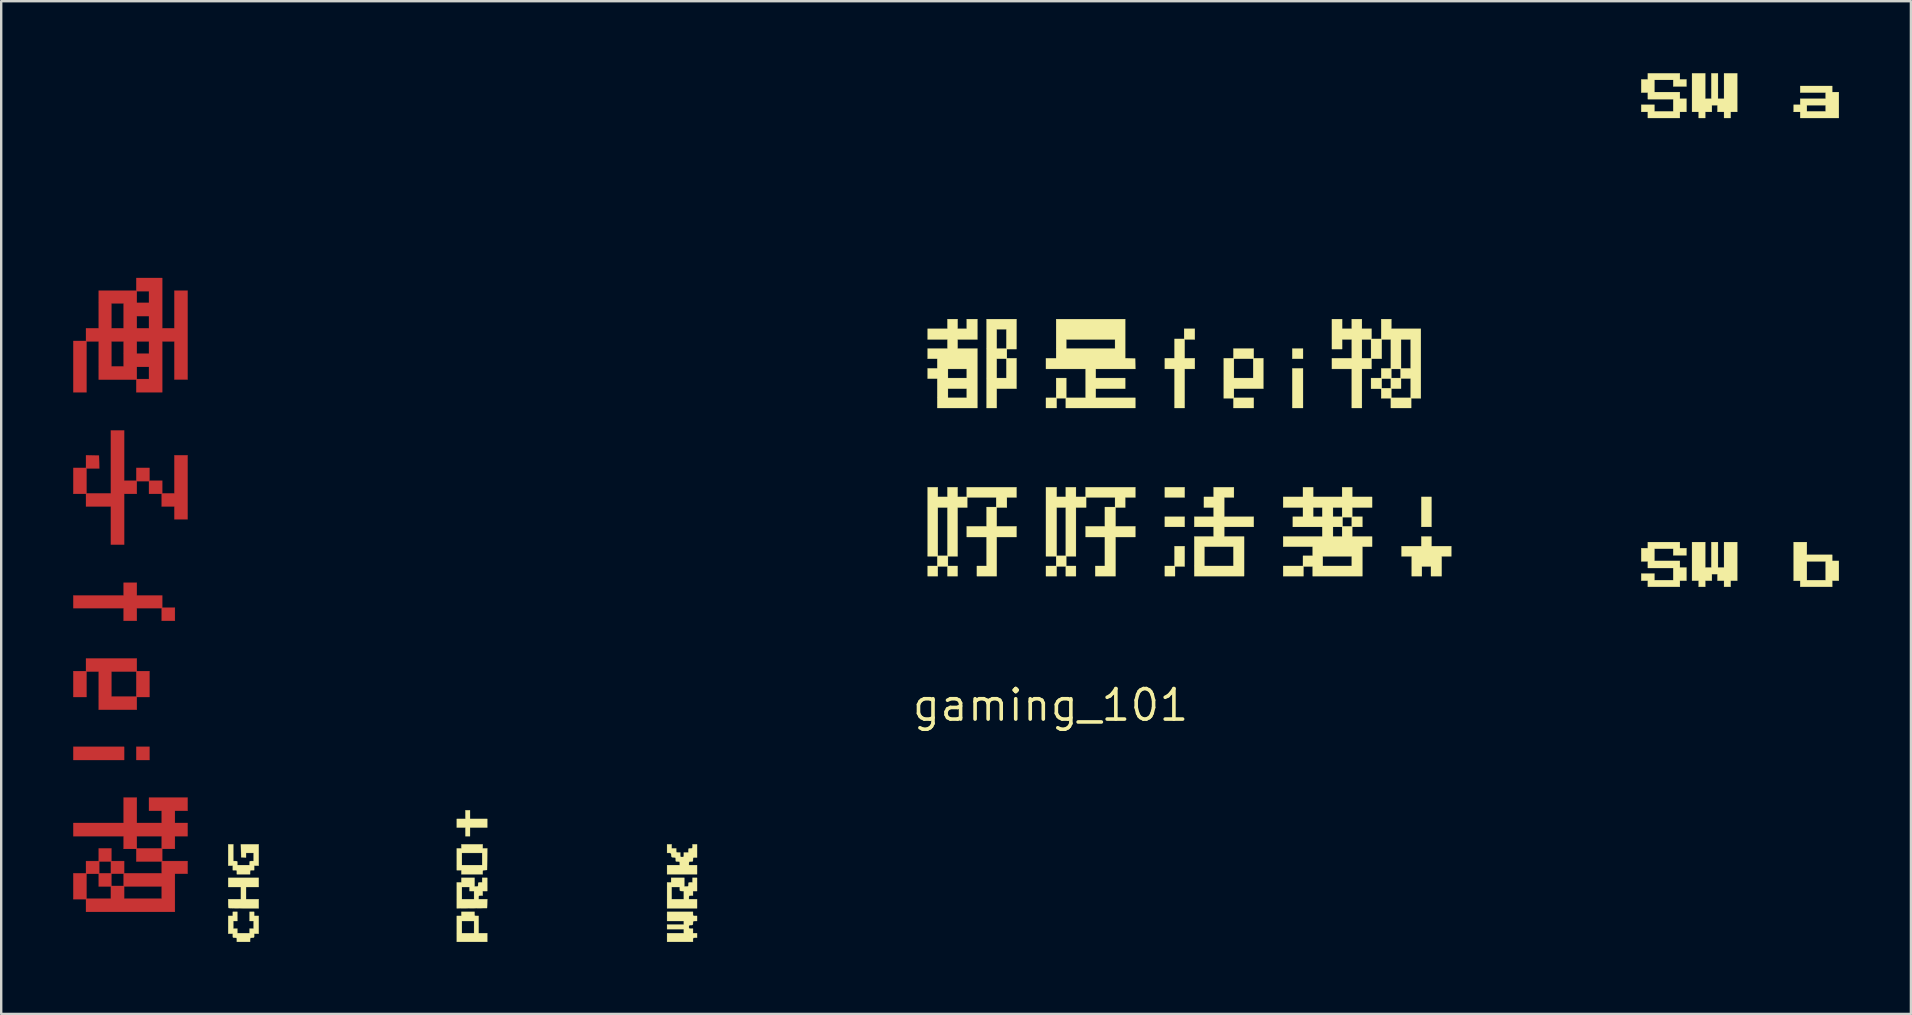
<source format=kicad_pcb>
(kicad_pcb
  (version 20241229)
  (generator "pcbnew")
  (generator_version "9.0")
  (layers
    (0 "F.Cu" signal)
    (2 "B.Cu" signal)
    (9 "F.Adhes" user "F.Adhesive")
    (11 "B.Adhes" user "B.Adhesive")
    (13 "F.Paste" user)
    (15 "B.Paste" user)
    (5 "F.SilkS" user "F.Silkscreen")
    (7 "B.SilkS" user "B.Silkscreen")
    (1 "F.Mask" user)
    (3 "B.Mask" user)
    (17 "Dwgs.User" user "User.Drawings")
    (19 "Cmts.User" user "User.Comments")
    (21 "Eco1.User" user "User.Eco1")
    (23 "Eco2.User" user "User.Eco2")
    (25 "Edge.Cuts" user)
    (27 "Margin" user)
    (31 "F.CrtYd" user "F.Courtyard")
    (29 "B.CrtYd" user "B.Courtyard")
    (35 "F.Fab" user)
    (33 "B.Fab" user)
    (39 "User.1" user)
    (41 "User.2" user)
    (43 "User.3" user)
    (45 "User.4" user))
  (footprint "gaming_101"
    (layer "F.Cu")
    (at 40.73 26.336)
    (property "Reference" "gaming_101" (at 0 0 0) (layer "F.SilkS") (effects (font (size 1.27 1.27) (thickness 0.15))))
    (attr through_hole)
    (fp_poly (pts (xy -38.608 2.286) (xy -40.725 2.286) (xy -40.725 1.736) (xy -38.608 1.736) (xy -38.608 2.286)) (stroke (width 0.01) (type solid)) (fill yes) (layer "F.Cu"))
    (fp_poly (pts (xy -37.55 2.286) (xy -38.1 2.286) (xy -38.1 1.736) (xy -37.55 1.736) (xy -37.55 2.286)) (stroke (width 0.01) (type solid)) (fill yes) (layer "F.Cu"))
    (fp_poly (pts (xy -38.079 -4.572) (xy -37.02 -4.572) (xy -37.02 -4.064) (xy -36.491 -4.064) (xy -36.491 -3.514) (xy -37.042 -3.514) (xy -37.042 -4.043) (xy -38.079 -4.043) (xy -38.079 -3.514) (xy -38.629 -3.514) (xy -38.629 -4.043) (xy -40.725 -4.043) (xy -40.725 -4.572) (xy -38.629 -4.572) (xy -38.629 -5.101) (xy -38.079 -5.101) (xy -38.079 -4.572)) (stroke (width 0.01) (type solid)) (fill yes) (layer "F.Cu"))
    (fp_poly (pts (xy -38.079 -1.418) (xy -37.55 -1.418) (xy -37.55 -0.339) (xy -38.079 -0.339) (xy -38.079 0.191) (xy -39.666 0.191) (xy -39.666 -1.397) (xy -39.137 -1.397) (xy -39.137 -0.36) (xy -38.1 -0.36) (xy -38.1 -1.397) (xy -39.137 -1.397) (xy -39.666 -1.397) (xy -40.174 -1.397) (xy -40.174 -0.339) (xy -40.725 -0.339) (xy -40.725 -1.418) (xy -40.196 -1.418) (xy -40.196 -1.947) (xy -38.079 -1.947) (xy -38.079 -1.418)) (stroke (width 0.01) (type solid)) (fill yes) (layer "F.Cu"))
    (fp_poly (pts (xy -38.608 -9.356) (xy -38.1 -9.356) (xy -38.1 -9.885) (xy -37.55 -9.885) (xy -37.55 -9.356) (xy -37.02 -9.356) (xy -37.02 -8.826) (xy -36.513 -8.826) (xy -36.513 -10.414) (xy -35.962 -10.414) (xy -35.962 -7.747) (xy -36.513 -7.747) (xy -36.513 -8.276) (xy -37.042 -8.276) (xy -37.042 -8.805) (xy -37.571 -8.805) (xy -37.571 -9.335) (xy -38.079 -9.335) (xy -38.079 -8.805) (xy -38.608 -8.805) (xy -38.608 -6.689) (xy -39.158 -6.689) (xy -39.158 -8.276) (xy -40.196 -8.276) (xy -40.196 -8.805) (xy -40.725 -8.805) (xy -40.725 -9.885) (xy -40.196 -9.885) (xy -40.196 -10.415) (xy -39.656 -10.403) (xy -39.644 -9.864) (xy -40.174 -9.864) (xy -40.174 -8.826) (xy -39.158 -8.826) (xy -39.158 -11.451) (xy -38.608 -11.451) (xy -38.608 -9.356)) (stroke (width 0.01) (type solid)) (fill yes) (layer "F.Cu"))
    (fp_poly (pts (xy -37.02 -15.706) (xy -36.513 -15.706) (xy -36.513 -17.272) (xy -35.962 -17.272) (xy -35.962 -13.568) (xy -36.513 -13.568) (xy -36.513 -15.155) (xy -37.02 -15.155) (xy -37.02 -13.039) (xy -38.1 -13.039) (xy -38.1 -13.568) (xy -39.666 -13.568) (xy -39.666 -14.097) (xy -38.079 -14.097) (xy -38.079 -13.589) (xy -37.571 -13.589) (xy -37.571 -14.097) (xy -38.079 -14.097) (xy -39.666 -14.097) (xy -39.666 -15.155) (xy -39.137 -15.155) (xy -39.137 -14.118) (xy -38.629 -14.118) (xy -38.629 -15.155) (xy -38.079 -15.155) (xy -38.079 -14.647) (xy -37.571 -14.647) (xy -37.571 -15.155) (xy -38.079 -15.155) (xy -38.629 -15.155) (xy -39.137 -15.155) (xy -39.666 -15.155) (xy -40.174 -15.155) (xy -40.174 -13.039) (xy -40.725 -13.039) (xy -40.725 -15.177) (xy -40.196 -15.177) (xy -40.196 -15.706) (xy -39.666 -15.706) (xy -39.666 -16.743) (xy -39.137 -16.743) (xy -39.137 -15.706) (xy -38.629 -15.706) (xy -38.629 -16.214) (xy -38.079 -16.214) (xy -38.079 -15.706) (xy -37.571 -15.706) (xy -37.571 -16.214) (xy -38.079 -16.214) (xy -38.629 -16.214) (xy -38.629 -16.743) (xy -39.137 -16.743) (xy -39.666 -16.743) (xy -39.666 -17.251) (xy -38.079 -17.251) (xy -38.079 -16.764) (xy -37.571 -16.764) (xy -37.571 -17.251) (xy -38.079 -17.251) (xy -39.666 -17.251) (xy -39.666 -17.272) (xy -38.1 -17.272) (xy -38.1 -17.801) (xy -37.02 -17.801) (xy -37.02 -15.706)) (stroke (width 0.01) (type solid)) (fill yes) (layer "F.Cu"))
    (fp_poly (pts (xy -38.079 4.911) (xy -37.042 4.911) (xy -37.042 4.403) (xy -37.571 4.403) (xy -37.571 3.852) (xy -35.962 3.852) (xy -35.962 4.403) (xy -36.491 4.403) (xy -36.491 4.911) (xy -35.962 4.911) (xy -35.962 5.461) (xy -36.491 5.461) (xy -36.491 5.99) (xy -37.02 5.99) (xy -37.02 6.498) (xy -35.962 6.498) (xy -35.962 7.027) (xy -36.491 7.027) (xy -36.491 8.615) (xy -40.196 8.615) (xy -40.196 8.086) (xy -40.725 8.086) (xy -40.725 7.027) (xy -40.174 7.027) (xy -40.174 8.065) (xy -39.158 8.065) (xy -39.158 7.556) (xy -38.608 7.556) (xy -38.608 8.065) (xy -37.042 8.065) (xy -37.042 7.556) (xy -38.608 7.556) (xy -39.158 7.556) (xy -39.666 7.556) (xy -39.666 7.027) (xy -39.137 7.027) (xy -39.137 7.535) (xy -38.629 7.535) (xy -38.629 7.027) (xy -39.137 7.027) (xy -39.666 7.027) (xy -40.174 7.027) (xy -40.725 7.027) (xy -40.725 7.006) (xy -40.196 7.006) (xy -40.196 6.519) (xy -39.645 6.519) (xy -39.645 7.006) (xy -39.158 7.006) (xy -39.158 6.519) (xy -39.645 6.519) (xy -40.196 6.519) (xy -40.196 6.498) (xy -39.666 6.498) (xy -39.666 5.969) (xy -39.137 5.969) (xy -39.137 6.498) (xy -38.608 6.498) (xy -38.608 7.006) (xy -37.042 7.006) (xy -37.042 6.519) (xy -38.1 6.519) (xy -38.1 5.99) (xy -38.629 5.99) (xy -38.629 5.461) (xy -38.079 5.461) (xy -38.079 5.969) (xy -37.042 5.969) (xy -37.042 5.461) (xy -38.079 5.461) (xy -38.629 5.461) (xy -40.725 5.461) (xy -40.725 4.911) (xy -38.629 4.911) (xy -38.629 3.852) (xy -38.079 3.852) (xy -38.079 4.911)) (stroke (width 0.01) (type solid)) (fill yes) (layer "F.Cu"))
    (fp_poly (pts (xy -38.608 2.286) (xy -40.725 2.286) (xy -40.725 1.736) (xy -38.608 1.736) (xy -38.608 2.286)) (stroke (width 0.01) (type solid)) (fill yes) (layer "F.Mask"))
    (fp_poly (pts (xy -37.55 2.286) (xy -38.1 2.286) (xy -38.1 1.736) (xy -37.55 1.736) (xy -37.55 2.286)) (stroke (width 0.01) (type solid)) (fill yes) (layer "F.Mask"))
    (fp_poly (pts (xy -38.079 -4.572) (xy -37.02 -4.572) (xy -37.02 -4.064) (xy -36.491 -4.064) (xy -36.491 -3.514) (xy -37.042 -3.514) (xy -37.042 -4.043) (xy -38.079 -4.043) (xy -38.079 -3.514) (xy -38.629 -3.514) (xy -38.629 -4.043) (xy -40.725 -4.043) (xy -40.725 -4.572) (xy -38.629 -4.572) (xy -38.629 -5.101) (xy -38.079 -5.101) (xy -38.079 -4.572)) (stroke (width 0.01) (type solid)) (fill yes) (layer "F.Mask"))
    (fp_poly (pts (xy -38.079 -1.418) (xy -37.55 -1.418) (xy -37.55 -0.339) (xy -38.079 -0.339) (xy -38.079 0.191) (xy -39.666 0.191) (xy -39.666 -1.397) (xy -39.137 -1.397) (xy -39.137 -0.36) (xy -38.1 -0.36) (xy -38.1 -1.397) (xy -39.137 -1.397) (xy -39.666 -1.397) (xy -40.174 -1.397) (xy -40.174 -0.339) (xy -40.725 -0.339) (xy -40.725 -1.418) (xy -40.196 -1.418) (xy -40.196 -1.947) (xy -38.079 -1.947) (xy -38.079 -1.418)) (stroke (width 0.01) (type solid)) (fill yes) (layer "F.Mask"))
    (fp_poly (pts (xy -38.608 -9.356) (xy -38.1 -9.356) (xy -38.1 -9.885) (xy -37.55 -9.885) (xy -37.55 -9.356) (xy -37.02 -9.356) (xy -37.02 -8.826) (xy -36.513 -8.826) (xy -36.513 -10.414) (xy -35.962 -10.414) (xy -35.962 -7.747) (xy -36.513 -7.747) (xy -36.513 -8.276) (xy -37.042 -8.276) (xy -37.042 -8.805) (xy -37.571 -8.805) (xy -37.571 -9.335) (xy -38.079 -9.335) (xy -38.079 -8.805) (xy -38.608 -8.805) (xy -38.608 -6.689) (xy -39.158 -6.689) (xy -39.158 -8.276) (xy -40.196 -8.276) (xy -40.196 -8.805) (xy -40.725 -8.805) (xy -40.725 -9.885) (xy -40.196 -9.885) (xy -40.196 -10.415) (xy -39.656 -10.403) (xy -39.644 -9.864) (xy -40.174 -9.864) (xy -40.174 -8.826) (xy -39.158 -8.826) (xy -39.158 -11.451) (xy -38.608 -11.451) (xy -38.608 -9.356)) (stroke (width 0.01) (type solid)) (fill yes) (layer "F.Mask"))
    (fp_poly (pts (xy -37.02 -15.706) (xy -36.513 -15.706) (xy -36.513 -17.272) (xy -35.962 -17.272) (xy -35.962 -13.568) (xy -36.513 -13.568) (xy -36.513 -15.155) (xy -37.02 -15.155) (xy -37.02 -13.039) (xy -38.1 -13.039) (xy -38.1 -13.568) (xy -39.666 -13.568) (xy -39.666 -14.097) (xy -38.079 -14.097) (xy -38.079 -13.589) (xy -37.571 -13.589) (xy -37.571 -14.097) (xy -38.079 -14.097) (xy -39.666 -14.097) (xy -39.666 -15.155) (xy -39.137 -15.155) (xy -39.137 -14.118) (xy -38.629 -14.118) (xy -38.629 -15.155) (xy -38.079 -15.155) (xy -38.079 -14.647) (xy -37.571 -14.647) (xy -37.571 -15.155) (xy -38.079 -15.155) (xy -38.629 -15.155) (xy -39.137 -15.155) (xy -39.666 -15.155) (xy -40.174 -15.155) (xy -40.174 -13.039) (xy -40.725 -13.039) (xy -40.725 -15.177) (xy -40.196 -15.177) (xy -40.196 -15.706) (xy -39.666 -15.706) (xy -39.666 -16.743) (xy -39.137 -16.743) (xy -39.137 -15.706) (xy -38.629 -15.706) (xy -38.629 -16.214) (xy -38.079 -16.214) (xy -38.079 -15.706) (xy -37.571 -15.706) (xy -37.571 -16.214) (xy -38.079 -16.214) (xy -38.629 -16.214) (xy -38.629 -16.743) (xy -39.137 -16.743) (xy -39.666 -16.743) (xy -39.666 -17.251) (xy -38.079 -17.251) (xy -38.079 -16.764) (xy -37.571 -16.764) (xy -37.571 -17.251) (xy -38.079 -17.251) (xy -39.666 -17.251) (xy -39.666 -17.272) (xy -38.1 -17.272) (xy -38.1 -17.801) (xy -37.02 -17.801) (xy -37.02 -15.706)) (stroke (width 0.01) (type solid)) (fill yes) (layer "F.Mask"))
    (fp_poly (pts (xy -38.079 4.911) (xy -37.042 4.911) (xy -37.042 4.403) (xy -37.571 4.403) (xy -37.571 3.852) (xy -35.962 3.852) (xy -35.962 4.403) (xy -36.491 4.403) (xy -36.491 4.911) (xy -35.962 4.911) (xy -35.962 5.461) (xy -36.491 5.461) (xy -36.491 5.99) (xy -37.02 5.99) (xy -37.02 6.498) (xy -35.962 6.498) (xy -35.962 7.027) (xy -36.491 7.027) (xy -36.491 8.615) (xy -40.196 8.615) (xy -40.196 8.086) (xy -40.725 8.086) (xy -40.725 7.027) (xy -40.174 7.027) (xy -40.174 8.065) (xy -39.158 8.065) (xy -39.158 7.556) (xy -38.608 7.556) (xy -38.608 8.065) (xy -37.042 8.065) (xy -37.042 7.556) (xy -38.608 7.556) (xy -39.158 7.556) (xy -39.666 7.556) (xy -39.666 7.027) (xy -39.137 7.027) (xy -39.137 7.535) (xy -38.629 7.535) (xy -38.629 7.027) (xy -39.137 7.027) (xy -39.666 7.027) (xy -40.174 7.027) (xy -40.725 7.027) (xy -40.725 7.006) (xy -40.196 7.006) (xy -40.196 6.519) (xy -39.645 6.519) (xy -39.645 7.006) (xy -39.158 7.006) (xy -39.158 6.519) (xy -39.645 6.519) (xy -40.196 6.519) (xy -40.196 6.498) (xy -39.666 6.498) (xy -39.666 5.969) (xy -39.137 5.969) (xy -39.137 6.498) (xy -38.608 6.498) (xy -38.608 7.006) (xy -37.042 7.006) (xy -37.042 6.519) (xy -38.1 6.519) (xy -38.1 5.99) (xy -38.629 5.99) (xy -38.629 5.461) (xy -38.079 5.461) (xy -38.079 5.969) (xy -37.042 5.969) (xy -37.042 5.461) (xy -38.079 5.461) (xy -38.629 5.461) (xy -40.725 5.461) (xy -40.725 4.911) (xy -38.629 4.911) (xy -38.629 3.852) (xy -38.079 3.852) (xy -38.079 4.911)) (stroke (width 0.01) (type solid)) (fill yes) (layer "F.Mask"))
    (fp_poly (pts (xy 5.588 -8.657) (xy 4.763 -8.657) (xy 4.763 -9.081) (xy 5.588 -9.081) (xy 5.588 -8.657)) (stroke (width 0.01) (type solid)) (fill yes) (layer "F.SilkS"))
    (fp_poly (pts (xy 5.588 -7.429) (xy 4.763 -7.429) (xy 4.763 -7.853) (xy 5.588 -7.853) (xy 5.588 -7.429)) (stroke (width 0.01) (type solid)) (fill yes) (layer "F.SilkS"))
    (fp_poly (pts (xy 10.52 -14.436) (xy 10.075 -14.436) (xy 10.075 -14.859) (xy 10.52 -14.859) (xy 10.52 -14.436)) (stroke (width 0.01) (type solid)) (fill yes) (layer "F.SilkS"))
    (fp_poly (pts (xy 10.52 -12.383) (xy 10.075 -12.383) (xy 10.075 -14.034) (xy 10.52 -14.034) (xy 10.52 -12.383)) (stroke (width 0.01) (type solid)) (fill yes) (layer "F.SilkS"))
    (fp_poly (pts (xy 15.875 -7.429) (xy 15.452 -7.429) (xy 15.452 -8.678) (xy 15.875 -8.678) (xy 15.875 -7.429)) (stroke (width 0.01) (type solid)) (fill yes) (layer "F.SilkS"))
    (fp_poly (pts (xy 5.588 -5.779) (xy 5.186 -5.779) (xy 5.186 -5.376) (xy 4.763 -5.376) (xy 4.763 -5.8) (xy 5.165 -5.8) (xy 5.165 -6.625) (xy 5.588 -6.625) (xy 5.588 -5.779)) (stroke (width 0.01) (type solid)) (fill yes) (layer "F.SilkS"))
    (fp_poly (pts (xy -24.194 4.741) (xy -23.474 4.741) (xy -23.474 5.101) (xy -24.194 5.101) (xy -24.194 5.461) (xy -24.384 5.461) (xy -24.384 5.101) (xy -24.744 5.101) (xy -24.744 4.741) (xy -24.384 4.741) (xy -24.384 4.381) (xy -24.194 4.381) (xy -24.194 4.741)) (stroke (width 0.01) (type solid)) (fill yes) (layer "F.SilkS"))
    (fp_poly (pts (xy 6.011 -15.24) (xy 5.588 -15.24) (xy 5.588 -14.457) (xy 6.011 -14.457) (xy 6.011 -14.012) (xy 5.588 -14.012) (xy 5.588 -12.383) (xy 5.165 -12.383) (xy 5.165 -14.012) (xy 4.763 -14.012) (xy 4.763 -14.457) (xy 5.165 -14.457) (xy 5.165 -15.261) (xy 5.567 -15.261) (xy 5.567 -15.684) (xy 6.011 -15.684) (xy 6.011 -15.24)) (stroke (width 0.01) (type solid)) (fill yes) (layer "F.SilkS"))
    (fp_poly (pts (xy 15.875 -6.625) (xy 16.701 -6.625) (xy 16.701 -6.202) (xy 16.298 -6.202) (xy 16.298 -5.376) (xy 15.854 -5.376) (xy 15.854 -5.779) (xy 15.473 -5.779) (xy 15.473 -5.376) (xy 15.05 -5.376) (xy 15.05 -6.202) (xy 14.626 -6.202) (xy 14.626 -6.625) (xy 15.452 -6.625) (xy 15.452 -7.027) (xy 15.875 -7.027) (xy 15.875 -6.625)) (stroke (width 0.01) (type solid)) (fill yes) (layer "F.SilkS"))
    (fp_poly (pts (xy 31.517 -6.265) (xy 32.575 -6.265) (xy 32.575 -6.011) (xy 32.851 -6.011) (xy 32.851 -5.186) (xy 32.575 -5.186) (xy 32.575 -4.932) (xy 31.242 -4.932) (xy 31.242 -5.186) (xy 30.967 -5.186) (xy 30.967 -5.99) (xy 31.517 -5.99) (xy 31.517 -5.207) (xy 32.3 -5.207) (xy 32.3 -5.99) (xy 31.517 -5.99) (xy 30.967 -5.99) (xy 30.967 -6.795) (xy 31.517 -6.795) (xy 31.517 -6.265)) (stroke (width 0.01) (type solid)) (fill yes) (layer "F.SilkS"))
    (fp_poly (pts (xy -24.003 8.7) (xy -24.001 8.754) (xy -23.987 8.778) (xy -23.948 8.784) (xy -23.918 8.784) (xy -23.834 8.784) (xy -23.834 9.504) (xy -23.474 9.504) (xy -23.474 9.864) (xy -24.744 9.864) (xy -24.744 8.996) (xy -24.532 8.996) (xy -24.532 9.504) (xy -24.024 9.504) (xy -24.024 8.996) (xy -24.532 8.996) (xy -24.744 8.996) (xy -24.744 8.784) (xy -24.553 8.784) (xy -24.553 8.615) (xy -24.003 8.615) (xy -24.003 8.7)) (stroke (width 0.01) (type solid)) (fill yes) (layer "F.SilkS"))
    (fp_poly (pts (xy 8.467 -14.457) (xy 8.869 -14.457) (xy 8.869 -13.187) (xy 7.641 -13.187) (xy 7.641 -12.806) (xy 8.467 -12.806) (xy 8.467 -12.383) (xy 7.62 -12.383) (xy 7.62 -12.785) (xy 7.218 -12.785) (xy 7.218 -14.436) (xy 7.641 -14.436) (xy 7.641 -13.631) (xy 8.445 -13.631) (xy 8.445 -14.436) (xy 7.641 -14.436) (xy 7.218 -14.436) (xy 7.218 -14.457) (xy 7.62 -14.457) (xy 7.62 -14.859) (xy 8.467 -14.859) (xy 8.467 -14.457)) (stroke (width 0.01) (type solid)) (fill yes) (layer "F.SilkS"))
    (fp_poly (pts (xy 32.575 -25.548) (xy 32.851 -25.548) (xy 32.851 -24.469) (xy 31.242 -24.469) (xy 31.242 -24.723) (xy 30.967 -24.723) (xy 30.967 -24.998) (xy 31.517 -24.998) (xy 31.517 -24.744) (xy 32.3 -24.744) (xy 32.3 -24.998) (xy 31.517 -24.998) (xy 30.967 -24.998) (xy 30.967 -25.019) (xy 31.242 -25.019) (xy 31.242 -25.273) (xy 32.3 -25.273) (xy 32.3 -25.527) (xy 31.242 -25.527) (xy 31.242 -25.802) (xy 32.575 -25.802) (xy 32.575 -25.548)) (stroke (width 0.01) (type solid)) (fill yes) (layer "F.SilkS"))
    (fp_poly (pts (xy -32.999 7.578) (xy -33.528 7.578) (xy -33.528 8.086) (xy -32.999 8.086) (xy -32.999 8.467) (xy -33.62 8.467) (xy -33.778 8.466) (xy -33.922 8.465) (xy -34.047 8.463) (xy -34.147 8.46) (xy -34.217 8.457) (xy -34.252 8.454) (xy -34.255 8.453) (xy -34.261 8.426) (xy -34.266 8.368) (xy -34.269 8.29) (xy -34.269 8.262) (xy -34.269 8.086) (xy -33.74 8.086) (xy -33.74 7.578) (xy -34.269 7.578) (xy -34.269 7.197) (xy -32.999 7.197) (xy -32.999 7.578)) (stroke (width 0.01) (type solid)) (fill yes) (layer "F.SilkS"))
    (fp_poly (pts (xy -23.664 5.969) (xy -23.473 5.969) (xy -23.479 6.419) (xy -23.484 6.869) (xy -23.574 6.875) (xy -23.631 6.881) (xy -23.657 6.896) (xy -23.664 6.932) (xy -23.664 6.965) (xy -23.664 7.048) (xy -24.553 7.048) (xy -24.553 6.879) (xy -24.744 6.879) (xy -24.744 6.16) (xy -24.532 6.16) (xy -24.532 6.668) (xy -23.686 6.668) (xy -23.686 6.16) (xy -24.532 6.16) (xy -24.744 6.16) (xy -24.744 5.969) (xy -24.553 5.969) (xy -24.553 5.8) (xy -23.664 5.8) (xy -23.664 5.969)) (stroke (width 0.01) (type solid)) (fill yes) (layer "F.SilkS"))
    (fp_poly (pts (xy -1.418 -14.838) (xy -1.82 -14.838) (xy -1.82 -14.457) (xy -1.418 -14.457) (xy -1.418 -13.187) (xy -2.244 -13.187) (xy -2.244 -12.383) (xy -2.667 -12.383) (xy -2.667 -14.436) (xy -2.244 -14.436) (xy -2.244 -13.631) (xy -1.841 -13.631) (xy -1.841 -14.436) (xy -2.244 -14.436) (xy -2.667 -14.436) (xy -2.667 -15.663) (xy -2.244 -15.663) (xy -2.244 -14.859) (xy -1.841 -14.859) (xy -1.841 -15.663) (xy -2.244 -15.663) (xy -2.667 -15.663) (xy -2.667 -16.087) (xy -1.418 -16.087) (xy -1.418 -14.838)) (stroke (width 0.01) (type solid)) (fill yes) (layer "F.SilkS"))
    (fp_poly (pts (xy 27.284 -25.273) (xy 27.538 -25.273) (xy 27.538 -26.331) (xy 27.813 -26.331) (xy 27.813 -25.273) (xy 28.067 -25.273) (xy 28.067 -26.331) (xy 28.617 -26.331) (xy 28.617 -24.723) (xy 28.342 -24.723) (xy 28.342 -24.469) (xy 28.067 -24.469) (xy 28.067 -24.723) (xy 27.792 -24.723) (xy 27.792 -24.998) (xy 27.559 -24.998) (xy 27.559 -24.723) (xy 27.284 -24.723) (xy 27.284 -24.469) (xy 27.009 -24.469) (xy 27.009 -24.723) (xy 26.733 -24.723) (xy 26.733 -26.331) (xy 27.284 -26.331) (xy 27.284 -25.273)) (stroke (width 0.01) (type solid)) (fill yes) (layer "F.SilkS"))
    (fp_poly (pts (xy 27.284 -5.736) (xy 27.538 -5.736) (xy 27.538 -6.795) (xy 27.813 -6.795) (xy 27.813 -5.736) (xy 28.067 -5.736) (xy 28.067 -6.795) (xy 28.617 -6.795) (xy 28.617 -5.186) (xy 28.342 -5.186) (xy 28.342 -4.932) (xy 28.067 -4.932) (xy 28.067 -5.186) (xy 27.792 -5.186) (xy 27.792 -5.461) (xy 27.559 -5.461) (xy 27.559 -5.186) (xy 27.284 -5.186) (xy 27.284 -4.932) (xy 27.009 -4.932) (xy 27.009 -5.186) (xy 26.733 -5.186) (xy 26.733 -6.795) (xy 27.284 -6.795) (xy 27.284 -5.736)) (stroke (width 0.01) (type solid)) (fill yes) (layer "F.SilkS"))
    (fp_poly (pts (xy 26.226 -26.077) (xy 26.501 -26.077) (xy 26.501 -25.781) (xy 25.95 -25.781) (xy 25.95 -26.056) (xy 25.167 -26.056) (xy 25.167 -25.548) (xy 26.226 -25.548) (xy 26.226 -25.273) (xy 26.501 -25.273) (xy 26.501 -24.723) (xy 26.226 -24.723) (xy 26.226 -24.469) (xy 24.892 -24.469) (xy 24.892 -24.723) (xy 24.617 -24.723) (xy 24.617 -25.019) (xy 25.167 -25.019) (xy 25.167 -24.744) (xy 25.95 -24.744) (xy 25.95 -25.252) (xy 24.892 -25.252) (xy 24.892 -25.527) (xy 24.617 -25.527) (xy 24.617 -26.077) (xy 24.892 -26.077) (xy 24.892 -26.331) (xy 26.226 -26.331) (xy 26.226 -26.077)) (stroke (width 0.01) (type solid)) (fill yes) (layer "F.SilkS"))
    (fp_poly (pts (xy 26.226 -6.54) (xy 26.501 -6.54) (xy 26.501 -6.244) (xy 25.95 -6.244) (xy 25.95 -6.519) (xy 25.167 -6.519) (xy 25.167 -6.011) (xy 26.226 -6.011) (xy 26.226 -5.736) (xy 26.501 -5.736) (xy 26.501 -5.186) (xy 26.226 -5.186) (xy 26.226 -4.932) (xy 24.892 -4.932) (xy 24.892 -5.186) (xy 24.617 -5.186) (xy 24.617 -5.482) (xy 25.167 -5.482) (xy 25.167 -5.207) (xy 25.95 -5.207) (xy 25.95 -5.715) (xy 24.892 -5.715) (xy 24.892 -5.99) (xy 24.617 -5.99) (xy 24.617 -6.54) (xy 24.892 -6.54) (xy 24.892 -6.795) (xy 26.226 -6.795) (xy 26.226 -6.54)) (stroke (width 0.01) (type solid)) (fill yes) (layer "F.SilkS"))
    (fp_poly (pts (xy 7.641 -8.657) (xy 7.239 -8.657) (xy 7.239 -7.853) (xy 8.467 -7.853) (xy 8.467 -7.429) (xy 7.239 -7.429) (xy 7.239 -7.027) (xy 8.065 -7.027) (xy 8.065 -5.376) (xy 5.99 -5.376) (xy 5.99 -6.604) (xy 6.413 -6.604) (xy 6.413 -5.8) (xy 7.62 -5.8) (xy 7.62 -6.604) (xy 6.413 -6.604) (xy 5.99 -6.604) (xy 5.99 -7.027) (xy 6.795 -7.027) (xy 6.795 -7.429) (xy 5.99 -7.429) (xy 5.99 -7.853) (xy 6.795 -7.853) (xy 6.795 -8.234) (xy 6.392 -8.234) (xy 6.392 -8.678) (xy 6.795 -8.678) (xy 6.795 -9.081) (xy 7.641 -9.081) (xy 7.641 -8.657)) (stroke (width 0.01) (type solid)) (fill yes) (layer "F.SilkS"))
    (fp_poly (pts (xy 3.111 -14.458) (xy 3.318 -14.452) (xy 3.524 -14.446) (xy 3.536 -14.012) (xy 1.884 -14.012) (xy 1.884 -13.631) (xy 3.111 -13.631) (xy 3.111 -13.187) (xy 1.884 -13.187) (xy 1.884 -12.806) (xy 3.535 -12.806) (xy 3.535 -12.383) (xy 0.635 -12.383) (xy 0.635 -12.785) (xy 0.254 -12.785) (xy 0.254 -12.383) (xy -0.191 -12.383) (xy -0.191 -12.806) (xy 0.233 -12.806) (xy 0.233 -13.631) (xy 0.656 -13.631) (xy 0.656 -12.806) (xy 1.46 -12.806) (xy 1.46 -14.012) (xy -0.191 -14.012) (xy -0.191 -14.457) (xy 0.233 -14.457) (xy 0.233 -15.24) (xy 0.656 -15.24) (xy 0.656 -14.859) (xy 2.688 -14.859) (xy 2.688 -15.24) (xy 0.656 -15.24) (xy 0.233 -15.24) (xy 0.233 -16.087) (xy 3.111 -16.087) (xy 3.111 -14.458)) (stroke (width 0.01) (type solid)) (fill yes) (layer "F.SilkS"))
    (fp_poly (pts (xy -3.873 -15.684) (xy -3.493 -15.684) (xy -3.493 -16.087) (xy -3.048 -16.087) (xy -3.048 -15.24) (xy -3.873 -15.24) (xy -3.873 -14.859) (xy -3.048 -14.859) (xy -3.048 -12.383) (xy -4.72 -12.383) (xy -4.72 -13.187) (xy -4.276 -13.187) (xy -4.276 -12.806) (xy -3.493 -12.806) (xy -3.493 -13.187) (xy -4.276 -13.187) (xy -4.72 -13.187) (xy -4.72 -13.61) (xy -5.122 -13.61) (xy -5.122 -14.012) (xy -4.276 -14.012) (xy -4.276 -13.631) (xy -3.493 -13.631) (xy -3.493 -14.012) (xy -4.276 -14.012) (xy -5.122 -14.012) (xy -5.122 -14.034) (xy -4.72 -14.034) (xy -4.72 -14.436) (xy -5.122 -14.436) (xy -5.122 -14.859) (xy -4.297 -14.859) (xy -4.297 -15.24) (xy -5.122 -15.24) (xy -5.122 -15.684) (xy -4.297 -15.684) (xy -4.297 -16.087) (xy -3.873 -16.087) (xy -3.873 -15.684)) (stroke (width 0.01) (type solid)) (fill yes) (layer "F.SilkS"))
    (fp_poly (pts (xy -24.003 7.556) (xy -23.929 7.556) (xy -23.881 7.554) (xy -23.86 7.538) (xy -23.855 7.497) (xy -23.855 7.472) (xy -23.853 7.418) (xy -23.839 7.394) (xy -23.8 7.387) (xy -23.77 7.387) (xy -23.686 7.387) (xy -23.686 7.197) (xy -23.474 7.197) (xy -23.474 7.747) (xy -23.664 7.747) (xy -23.664 7.938) (xy -23.749 7.938) (xy -23.803 7.94) (xy -23.827 7.954) (xy -23.833 7.99) (xy -23.834 8.012) (xy -23.834 8.086) (xy -23.472 8.086) (xy -23.478 8.271) (xy -23.484 8.456) (xy -24.114 8.462) (xy -24.744 8.467) (xy -24.744 7.578) (xy -24.532 7.578) (xy -24.532 8.086) (xy -24.024 8.086) (xy -24.024 7.747) (xy -24.215 7.747) (xy -24.215 7.578) (xy -24.532 7.578) (xy -24.744 7.578) (xy -24.744 7.387) (xy -24.553 7.387) (xy -24.553 7.197) (xy -24.003 7.197) (xy -24.003 7.556)) (stroke (width 0.01) (type solid)) (fill yes) (layer "F.SilkS"))
    (fp_poly (pts (xy -34.057 6.498) (xy -33.972 6.498) (xy -33.918 6.5) (xy -33.894 6.514) (xy -33.888 6.553) (xy -33.888 6.583) (xy -33.888 6.668) (xy -33.38 6.668) (xy -33.38 6.583) (xy -33.378 6.529) (xy -33.364 6.505) (xy -33.325 6.498) (xy -33.295 6.498) (xy -33.211 6.498) (xy -33.211 6.16) (xy -33.528 6.16) (xy -33.528 6.352) (xy -33.629 6.346) (xy -33.729 6.339) (xy -33.741 5.8) (xy -32.999 5.8) (xy -32.999 6.689) (xy -33.189 6.689) (xy -33.189 6.879) (xy -33.274 6.879) (xy -33.328 6.881) (xy -33.352 6.895) (xy -33.358 6.934) (xy -33.359 6.964) (xy -33.359 7.048) (xy -33.909 7.048) (xy -33.909 6.964) (xy -33.911 6.91) (xy -33.925 6.886) (xy -33.964 6.879) (xy -33.994 6.879) (xy -34.078 6.879) (xy -34.078 6.689) (xy -34.269 6.689) (xy -34.269 5.8) (xy -34.057 5.8) (xy -34.057 6.498)) (stroke (width 0.01) (type solid)) (fill yes) (layer "F.SilkS"))
    (fp_poly (pts (xy -33.888 8.996) (xy -34.057 8.996) (xy -34.057 9.313) (xy -33.888 9.313) (xy -33.888 9.504) (xy -33.38 9.504) (xy -33.38 9.313) (xy -33.211 9.313) (xy -33.211 8.996) (xy -33.38 8.996) (xy -33.38 8.615) (xy -33.189 8.615) (xy -33.189 8.784) (xy -32.999 8.784) (xy -32.999 9.525) (xy -33.189 9.525) (xy -33.189 9.61) (xy -33.191 9.664) (xy -33.206 9.688) (xy -33.244 9.694) (xy -33.274 9.694) (xy -33.328 9.696) (xy -33.352 9.711) (xy -33.358 9.749) (xy -33.359 9.779) (xy -33.359 9.864) (xy -33.909 9.864) (xy -33.909 9.779) (xy -33.911 9.725) (xy -33.925 9.701) (xy -33.964 9.695) (xy -33.994 9.694) (xy -34.048 9.692) (xy -34.072 9.678) (xy -34.078 9.639) (xy -34.078 9.61) (xy -34.078 9.525) (xy -34.269 9.525) (xy -34.269 8.784) (xy -34.078 8.784) (xy -34.078 8.615) (xy -33.888 8.615) (xy -33.888 8.996)) (stroke (width 0.01) (type solid)) (fill yes) (layer "F.SilkS"))
    (fp_poly (pts (xy -15.261 7.556) (xy -15.177 7.556) (xy -15.122 7.554) (xy -15.098 7.54) (xy -15.092 7.502) (xy -15.092 7.472) (xy -15.09 7.418) (xy -15.076 7.394) (xy -15.037 7.387) (xy -15.007 7.387) (xy -14.922 7.387) (xy -14.922 7.197) (xy -14.732 7.197) (xy -14.732 7.747) (xy -14.901 7.747) (xy -14.901 7.938) (xy -14.986 7.938) (xy -15.04 7.94) (xy -15.064 7.954) (xy -15.07 7.99) (xy -15.071 8.012) (xy -15.071 8.086) (xy -14.732 8.086) (xy -14.732 8.467) (xy -15.981 8.467) (xy -15.981 7.578) (xy -15.79 7.578) (xy -15.79 8.086) (xy -15.282 8.086) (xy -15.282 7.747) (xy -15.367 7.747) (xy -15.421 7.745) (xy -15.445 7.731) (xy -15.451 7.692) (xy -15.452 7.662) (xy -15.452 7.578) (xy -15.79 7.578) (xy -15.981 7.578) (xy -15.981 7.387) (xy -15.812 7.387) (xy -15.812 7.197) (xy -15.261 7.197) (xy -15.261 7.556)) (stroke (width 0.01) (type solid)) (fill yes) (layer "F.SilkS"))
    (fp_poly (pts (xy -14.901 8.7) (xy -14.899 8.754) (xy -14.885 8.778) (xy -14.846 8.784) (xy -14.817 8.784) (xy -14.732 8.784) (xy -14.732 8.996) (xy -14.817 8.996) (xy -14.871 8.998) (xy -14.895 9.012) (xy -14.901 9.051) (xy -14.901 9.081) (xy -14.903 9.135) (xy -14.918 9.159) (xy -14.956 9.165) (xy -14.986 9.165) (xy -15.04 9.167) (xy -15.064 9.181) (xy -15.07 9.217) (xy -15.071 9.239) (xy -15.068 9.287) (xy -15.052 9.308) (xy -15.011 9.313) (xy -14.986 9.313) (xy -14.901 9.313) (xy -14.901 9.504) (xy -14.732 9.504) (xy -14.732 9.694) (xy -14.817 9.694) (xy -14.871 9.696) (xy -14.895 9.711) (xy -14.901 9.749) (xy -14.901 9.779) (xy -14.901 9.864) (xy -15.981 9.864) (xy -15.981 9.504) (xy -15.282 9.504) (xy -15.282 9.335) (xy -15.981 9.335) (xy -15.981 9.144) (xy -15.282 9.144) (xy -15.282 8.996) (xy -15.981 8.996) (xy -15.981 8.615) (xy -14.901 8.615) (xy -14.901 8.7)) (stroke (width 0.01) (type solid)) (fill yes) (layer "F.SilkS"))
    (fp_poly (pts (xy -4.699 -8.678) (xy -4.297 -8.678) (xy -4.297 -9.081) (xy -3.873 -9.081) (xy -3.873 -8.678) (xy -3.493 -8.678) (xy -3.493 -9.081) (xy -1.418 -9.081) (xy -1.418 -8.657) (xy -1.82 -8.657) (xy -1.82 -8.234) (xy -2.244 -8.234) (xy -2.244 -7.451) (xy -1.418 -7.451) (xy -1.418 -7.006) (xy -2.244 -7.006) (xy -2.244 -5.376) (xy -3.069 -5.376) (xy -3.069 -5.8) (xy -2.667 -5.8) (xy -2.667 -7.006) (xy -3.493 -7.006) (xy -3.493 -7.451) (xy -2.667 -7.451) (xy -2.667 -8.255) (xy -2.265 -8.255) (xy -2.265 -8.657) (xy -3.471 -8.657) (xy -3.471 -8.234) (xy -3.873 -8.234) (xy -3.873 -6.202) (xy -4.276 -6.202) (xy -4.276 -5.8) (xy -3.873 -5.8) (xy -3.873 -5.376) (xy -4.297 -5.376) (xy -4.297 -5.779) (xy -4.699 -5.779) (xy -4.699 -5.376) (xy -5.122 -5.376) (xy -5.122 -5.8) (xy -4.72 -5.8) (xy -4.72 -6.202) (xy -5.122 -6.202) (xy -5.122 -8.234) (xy -4.699 -8.234) (xy -4.699 -6.223) (xy -4.297 -6.223) (xy -4.297 -8.234) (xy -4.699 -8.234) (xy -5.122 -8.234) (xy -5.122 -9.081) (xy -4.699 -9.081) (xy -4.699 -8.678)) (stroke (width 0.01) (type solid)) (fill yes) (layer "F.SilkS"))
    (fp_poly (pts (xy 0.254 -8.678) (xy 0.635 -8.678) (xy 0.635 -9.081) (xy 1.058 -9.081) (xy 1.058 -8.678) (xy 1.46 -8.678) (xy 1.46 -9.081) (xy 3.535 -9.081) (xy 3.535 -8.657) (xy 3.111 -8.657) (xy 3.111 -8.234) (xy 2.709 -8.234) (xy 2.709 -7.451) (xy 3.535 -7.451) (xy 3.535 -7.006) (xy 2.709 -7.006) (xy 2.709 -5.376) (xy 1.863 -5.376) (xy 1.863 -5.8) (xy 2.265 -5.8) (xy 2.265 -7.006) (xy 1.46 -7.006) (xy 1.46 -7.451) (xy 2.265 -7.451) (xy 2.265 -8.255) (xy 2.688 -8.255) (xy 2.688 -8.657) (xy 1.482 -8.657) (xy 1.482 -8.234) (xy 1.058 -8.234) (xy 1.058 -6.202) (xy 0.656 -6.202) (xy 0.656 -5.8) (xy 1.058 -5.8) (xy 1.058 -5.376) (xy 0.635 -5.376) (xy 0.635 -5.779) (xy 0.254 -5.779) (xy 0.254 -5.376) (xy -0.191 -5.376) (xy -0.191 -5.8) (xy 0.233 -5.8) (xy 0.233 -6.202) (xy -0.191 -6.202) (xy -0.191 -8.234) (xy 0.254 -8.234) (xy 0.254 -6.223) (xy 0.635 -6.223) (xy 0.635 -8.234) (xy 0.254 -8.234) (xy -0.191 -8.234) (xy -0.191 -9.081) (xy 0.254 -9.081) (xy 0.254 -8.678)) (stroke (width 0.01) (type solid)) (fill yes) (layer "F.SilkS"))
    (fp_poly (pts (xy 10.943 -8.678) (xy 12.15 -8.678) (xy 12.15 -9.081) (xy 12.573 -9.081) (xy 12.573 -8.678) (xy 13.399 -8.678) (xy 13.399 -8.234) (xy 12.573 -8.234) (xy 12.573 -7.853) (xy 12.996 -7.853) (xy 12.996 -7.429) (xy 12.573 -7.429) (xy 12.573 -7.027) (xy 13.399 -7.027) (xy 13.399 -6.604) (xy 12.996 -6.604) (xy 12.996 -5.376) (xy 10.922 -5.376) (xy 10.922 -5.779) (xy 10.541 -5.779) (xy 10.541 -5.376) (xy 9.694 -5.376) (xy 9.694 -5.8) (xy 10.52 -5.8) (xy 10.52 -6.202) (xy 11.345 -6.202) (xy 11.345 -5.8) (xy 12.552 -5.8) (xy 12.552 -6.202) (xy 11.345 -6.202) (xy 10.52 -6.202) (xy 10.52 -6.223) (xy 10.922 -6.223) (xy 10.922 -6.604) (xy 9.694 -6.604) (xy 9.694 -7.027) (xy 11.324 -7.027) (xy 11.324 -7.429) (xy 11.769 -7.429) (xy 11.769 -7.027) (xy 12.15 -7.027) (xy 12.15 -7.429) (xy 11.769 -7.429) (xy 11.324 -7.429) (xy 10.097 -7.429) (xy 10.097 -7.832) (xy 12.171 -7.832) (xy 12.171 -7.451) (xy 12.552 -7.451) (xy 12.552 -7.832) (xy 12.171 -7.832) (xy 10.097 -7.832) (xy 10.097 -7.853) (xy 10.52 -7.853) (xy 10.52 -8.234) (xy 10.943 -8.234) (xy 10.943 -7.853) (xy 11.324 -7.853) (xy 11.324 -8.234) (xy 11.769 -8.234) (xy 11.769 -7.853) (xy 12.15 -7.853) (xy 12.15 -8.234) (xy 11.769 -8.234) (xy 11.324 -8.234) (xy 10.943 -8.234) (xy 10.52 -8.234) (xy 9.694 -8.234) (xy 9.694 -8.678) (xy 10.52 -8.678) (xy 10.52 -9.081) (xy 10.943 -9.081) (xy 10.943 -8.678)) (stroke (width 0.01) (type solid)) (fill yes) (layer "F.SilkS"))
    (fp_poly (pts (xy -15.79 5.969) (xy -15.6 5.969) (xy -15.6 6.054) (xy -15.598 6.108) (xy -15.584 6.132) (xy -15.545 6.138) (xy -15.515 6.138) (xy -15.431 6.138) (xy -15.431 6.234) (xy -15.429 6.292) (xy -15.418 6.32) (xy -15.389 6.328) (xy -15.356 6.329) (xy -15.311 6.327) (xy -15.289 6.313) (xy -15.283 6.276) (xy -15.282 6.234) (xy -15.282 6.138) (xy -15.092 6.138) (xy -15.092 6.054) (xy -15.09 5.999) (xy -15.076 5.975) (xy -15.037 5.969) (xy -15.007 5.969) (xy -14.953 5.967) (xy -14.929 5.953) (xy -14.923 5.914) (xy -14.922 5.884) (xy -14.922 5.8) (xy -14.732 5.8) (xy -14.732 6.35) (xy -14.817 6.35) (xy -14.871 6.352) (xy -14.895 6.366) (xy -14.901 6.405) (xy -14.901 6.435) (xy -14.903 6.489) (xy -14.918 6.513) (xy -14.956 6.519) (xy -14.986 6.519) (xy -15.04 6.522) (xy -15.064 6.535) (xy -15.07 6.572) (xy -15.071 6.593) (xy -15.071 6.668) (xy -14.732 6.668) (xy -14.732 7.048) (xy -15.981 7.048) (xy -15.981 6.668) (xy -15.452 6.668) (xy -15.452 6.593) (xy -15.454 6.546) (xy -15.47 6.525) (xy -15.511 6.519) (xy -15.536 6.519) (xy -15.591 6.517) (xy -15.615 6.503) (xy -15.621 6.465) (xy -15.621 6.436) (xy -15.623 6.383) (xy -15.637 6.358) (xy -15.675 6.349) (xy -15.711 6.346) (xy -15.767 6.34) (xy -15.794 6.324) (xy -15.804 6.285) (xy -15.807 6.249) (xy -15.813 6.193) (xy -15.828 6.167) (xy -15.864 6.16) (xy -15.897 6.16) (xy -15.981 6.16) (xy -15.981 5.8) (xy -15.79 5.8) (xy -15.79 5.969)) (stroke (width 0.01) (type solid)) (fill yes) (layer "F.SilkS"))
    (fp_poly (pts (xy 12.15 -15.684) (xy 12.552 -15.684) (xy 12.552 -16.087) (xy 12.975 -16.087) (xy 12.975 -15.684) (xy 13.377 -15.684) (xy 13.377 -15.261) (xy 13.78 -15.261) (xy 13.78 -16.087) (xy 14.203 -16.087) (xy 14.203 -15.684) (xy 15.431 -15.684) (xy 15.431 -12.785) (xy 15.028 -12.785) (xy 15.028 -12.383) (xy 14.182 -12.383) (xy 14.182 -12.785) (xy 13.78 -12.785) (xy 13.78 -13.187) (xy 14.203 -13.187) (xy 14.203 -12.806) (xy 15.007 -12.806) (xy 15.007 -13.61) (xy 14.605 -13.61) (xy 14.605 -13.187) (xy 14.203 -13.187) (xy 13.78 -13.187) (xy 13.356 -13.187) (xy 13.356 -13.61) (xy 13.801 -13.61) (xy 13.801 -13.208) (xy 14.182 -13.208) (xy 14.182 -13.61) (xy 13.801 -13.61) (xy 13.356 -13.61) (xy 13.356 -13.631) (xy 13.78 -13.631) (xy 13.78 -14.012) (xy 14.203 -14.012) (xy 14.203 -13.631) (xy 14.584 -13.631) (xy 14.584 -14.012) (xy 14.203 -14.012) (xy 13.78 -14.012) (xy 13.78 -14.034) (xy 14.182 -14.034) (xy 14.182 -15.24) (xy 14.605 -15.24) (xy 14.605 -14.034) (xy 15.007 -14.034) (xy 15.007 -15.24) (xy 14.605 -15.24) (xy 14.182 -15.24) (xy 13.801 -15.24) (xy 13.801 -14.436) (xy 13.377 -14.436) (xy 13.377 -14.012) (xy 12.975 -14.012) (xy 12.975 -12.383) (xy 12.552 -12.383) (xy 12.552 -14.012) (xy 11.726 -14.012) (xy 11.726 -14.457) (xy 12.552 -14.457) (xy 12.552 -15.24) (xy 12.975 -15.24) (xy 12.975 -14.457) (xy 13.356 -14.457) (xy 13.356 -15.24) (xy 12.975 -15.24) (xy 12.552 -15.24) (xy 12.15 -15.24) (xy 12.15 -14.838) (xy 11.726 -14.838) (xy 11.726 -16.087) (xy 12.15 -16.087) (xy 12.15 -15.684)) (stroke (width 0.01) (type solid)) (fill yes) (layer "F.SilkS")))
  (gr_rect
    (start -3 -3)
    (end 76.585 39.205)
    (stroke (width 0.1) (type default))
    (fill no)
    (layer "Edge.Cuts")))
</source>
